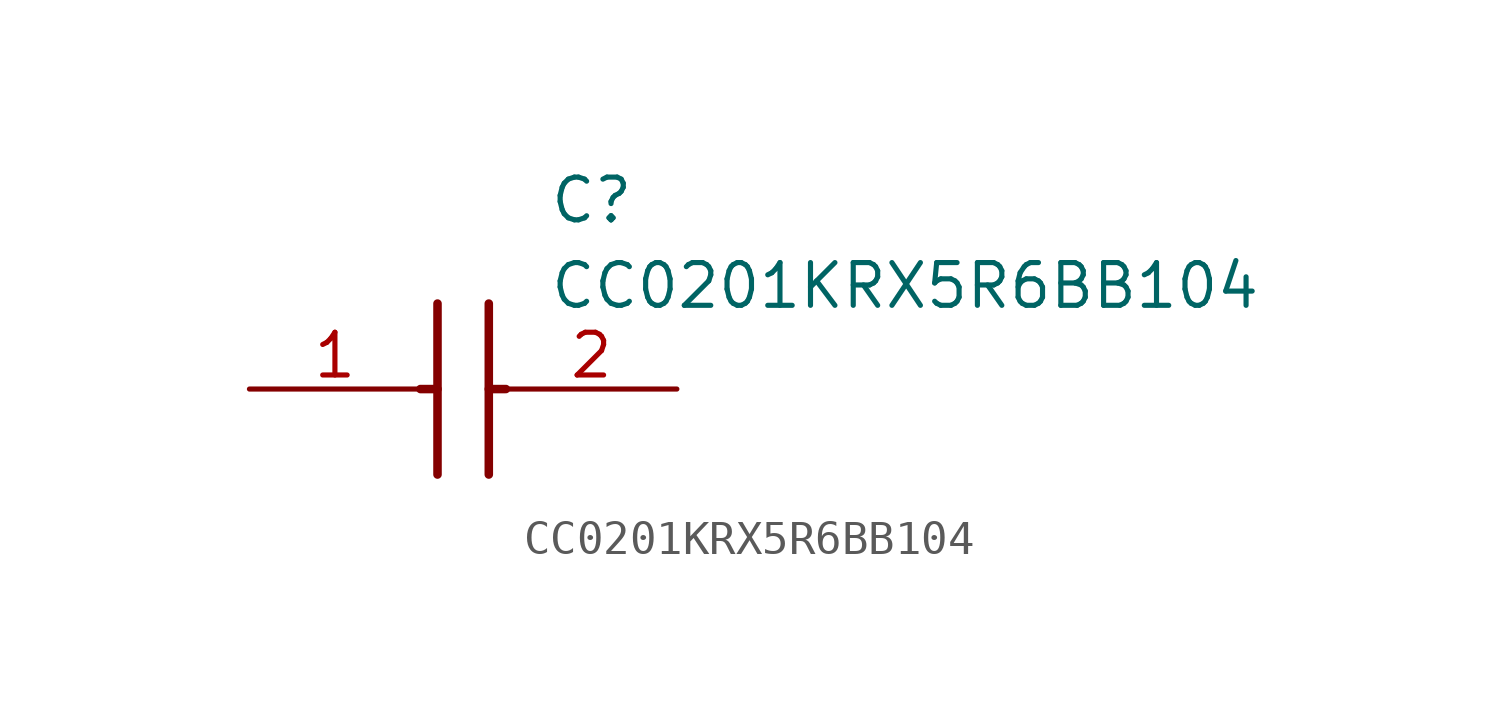
<source format=kicad_sym>
(kicad_symbol_lib
  (version 20211014)
  (generator SamacSys_ECAD_Model)
  (symbol "CC0201KRX5R6BB104"
    (pin_names hide)
    (property "Reference" "C"
      (at 8.89 6.35 0)
      (effects (font (size 1.27 1.27)) (justify left top)))
    (property "Value" "CC0201KRX5R6BB104"
      (at 8.89 3.81 0)
      (effects (font (size 1.27 1.27)) (justify left top)))
    (polyline
      (pts (xy 5.588 2.54) (xy 5.588 -2.54))
      (stroke (width 0.254) (type default))
      (fill (type none)))
    (polyline
      (pts (xy 7.112 2.54) (xy 7.112 -2.54))
      (stroke (width 0.254) (type default))
      (fill (type none)))
    (polyline
      (pts (xy 5.08 0) (xy 5.588 0))
      (stroke (width 0.254) (type default))
      (fill (type none)))
    (polyline
      (pts (xy 7.112 0) (xy 7.62 0))
      (stroke (width 0.254) (type default))
      (fill (type none)))
    (pin passive line
      (at 0 0 0)
      (length 5.08)
      (name "1" (effects (font (size 1.27 1.27))))
      (number "1" (effects (font (size 1.27 1.27)))))
    (pin passive line
      (at 12.7 0 180)
      (length 5.08)
      (name "2" (effects (font (size 1.27 1.27))))
      (number "2" (effects (font (size 1.27 1.27)))))))
</source>
